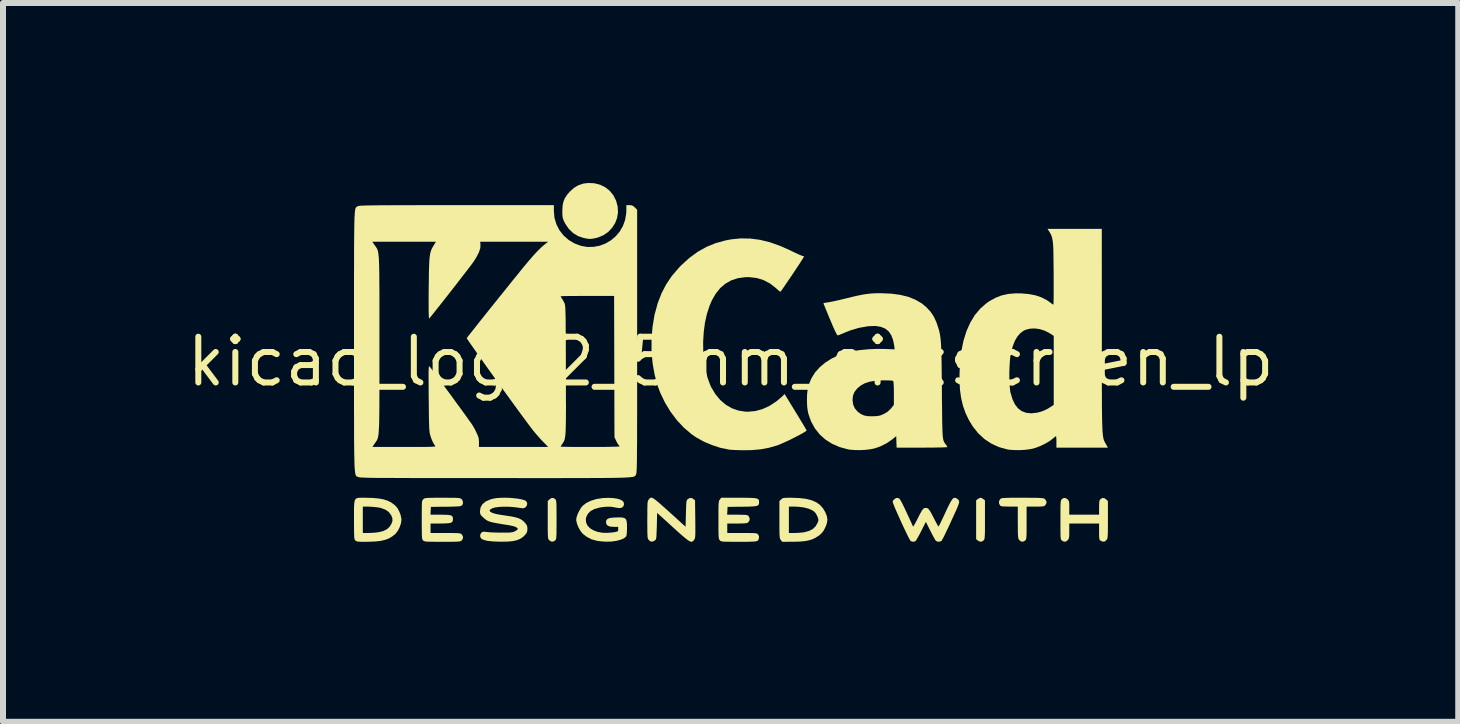
<source format=kicad_pcb>
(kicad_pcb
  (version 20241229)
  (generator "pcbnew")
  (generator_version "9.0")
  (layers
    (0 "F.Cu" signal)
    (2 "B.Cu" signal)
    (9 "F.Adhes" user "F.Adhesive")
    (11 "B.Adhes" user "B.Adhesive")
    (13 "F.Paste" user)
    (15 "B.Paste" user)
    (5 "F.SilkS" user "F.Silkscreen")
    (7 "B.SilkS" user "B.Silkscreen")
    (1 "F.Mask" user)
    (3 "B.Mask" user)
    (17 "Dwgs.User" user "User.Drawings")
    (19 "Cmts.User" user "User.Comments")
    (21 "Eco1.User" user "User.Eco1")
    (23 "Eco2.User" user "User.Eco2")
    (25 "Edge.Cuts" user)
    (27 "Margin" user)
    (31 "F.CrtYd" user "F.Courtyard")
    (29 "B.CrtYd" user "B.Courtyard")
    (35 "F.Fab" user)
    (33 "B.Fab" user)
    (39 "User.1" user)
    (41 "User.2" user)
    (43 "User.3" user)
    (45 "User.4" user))
  (footprint "kicad_logo2_5mm_silkscreen_lp"
    (layer "F.Cu")
    (at 9.127 2.977)
    (property "Reference" "kicad_logo2_5mm_silkscreen_lp" (at 0 0 0) (layer "F.SilkS") (effects (font (size 0.762 0.762) (thickness 0.1))))
    (attr through_hole)
    (fp_poly (pts (xy 4.189 2.276) (xy 4.212 2.291) (xy 4.239 2.312) (xy 4.239 2.634) (xy 4.239 2.728) (xy 4.239 2.802) (xy 4.238 2.859) (xy 4.236 2.901) (xy 4.234 2.931) (xy 4.231 2.951) (xy 4.227 2.965) (xy 4.221 2.974) (xy 4.217 2.979) (xy 4.186 3) (xy 4.15 2.999) (xy 4.119 2.981) (xy 4.092 2.96) (xy 4.092 2.312) (xy 4.119 2.291) (xy 4.145 2.275) (xy 4.166 2.269) (xy 4.189 2.276)) (stroke (width 0) (type solid)) (fill yes) (layer "F.SilkS"))
    (fp_poly (pts (xy -2.924 2.292) (xy -2.917 2.299) (xy -2.912 2.309) (xy -2.908 2.324) (xy -2.905 2.346) (xy -2.903 2.378) (xy -2.902 2.422) (xy -2.902 2.482) (xy -2.901 2.56) (xy -2.901 2.636) (xy -2.901 2.73) (xy -2.902 2.804) (xy -2.902 2.86) (xy -2.904 2.902) (xy -2.906 2.932) (xy -2.909 2.952) (xy -2.913 2.965) (xy -2.919 2.974) (xy -2.924 2.98) (xy -2.957 3) (xy -2.992 2.998) (xy -3.023 2.977) (xy -3.031 2.968) (xy -3.036 2.959) (xy -3.041 2.945) (xy -3.044 2.924) (xy -3.046 2.895) (xy -3.047 2.853) (xy -3.048 2.796) (xy -3.048 2.722) (xy -3.048 2.638) (xy -3.048 2.324) (xy -3.02 2.297) (xy -2.986 2.273) (xy -2.953 2.273) (xy -2.924 2.292)) (stroke (width 0) (type solid)) (fill yes) (layer "F.SilkS"))
    (fp_poly (pts (xy -2.273 -2.973) (xy -2.177 -2.949) (xy -2.09 -2.906) (xy -2.015 -2.847) (xy -1.954 -2.772) (xy -1.909 -2.683) (xy -1.883 -2.586) (xy -1.877 -2.489) (xy -1.892 -2.395) (xy -1.926 -2.307) (xy -1.977 -2.228) (xy -2.042 -2.16) (xy -2.121 -2.106) (xy -2.212 -2.068) (xy -2.263 -2.056) (xy -2.308 -2.048) (xy -2.342 -2.045) (xy -2.375 -2.047) (xy -2.415 -2.054) (xy -2.449 -2.061) (xy -2.542 -2.092) (xy -2.626 -2.143) (xy -2.698 -2.213) (xy -2.756 -2.298) (xy -2.77 -2.326) (xy -2.787 -2.362) (xy -2.797 -2.392) (xy -2.802 -2.425) (xy -2.805 -2.466) (xy -2.805 -2.512) (xy -2.801 -2.596) (xy -2.787 -2.665) (xy -2.762 -2.726) (xy -2.723 -2.784) (xy -2.684 -2.829) (xy -2.612 -2.895) (xy -2.537 -2.94) (xy -2.455 -2.967) (xy -2.377 -2.977) (xy -2.273 -2.973)) (stroke (width 0) (type solid)) (fill yes) (layer "F.SilkS"))
    (fp_poly (pts (xy 4.963 2.269) (xy 5.042 2.27) (xy 5.103 2.27) (xy 5.149 2.272) (xy 5.182 2.274) (xy 5.205 2.277) (xy 5.221 2.28) (xy 5.231 2.285) (xy 5.236 2.289) (xy 5.261 2.321) (xy 5.265 2.355) (xy 5.249 2.386) (xy 5.238 2.398) (xy 5.227 2.406) (xy 5.211 2.412) (xy 5.186 2.414) (xy 5.147 2.416) (xy 5.09 2.416) (xy 5.079 2.416) (xy 4.933 2.416) (xy 4.933 2.687) (xy 4.933 2.772) (xy 4.933 2.838) (xy 4.932 2.887) (xy 4.93 2.922) (xy 4.927 2.946) (xy 4.923 2.962) (xy 4.918 2.972) (xy 4.911 2.98) (xy 4.878 3) (xy 4.843 2.999) (xy 4.812 2.976) (xy 4.81 2.973) (xy 4.802 2.962) (xy 4.797 2.95) (xy 4.793 2.933) (xy 4.79 2.908) (xy 4.788 2.872) (xy 4.787 2.822) (xy 4.787 2.755) (xy 4.786 2.68) (xy 4.786 2.416) (xy 4.647 2.416) (xy 4.587 2.415) (xy 4.546 2.414) (xy 4.519 2.411) (xy 4.502 2.405) (xy 4.49 2.397) (xy 4.489 2.395) (xy 4.473 2.362) (xy 4.474 2.324) (xy 4.493 2.292) (xy 4.5 2.285) (xy 4.51 2.28) (xy 4.524 2.276) (xy 4.545 2.274) (xy 4.575 2.272) (xy 4.618 2.27) (xy 4.676 2.269) (xy 4.75 2.269) (xy 4.844 2.269) (xy 4.864 2.269) (xy 4.963 2.269)) (stroke (width 0) (type solid)) (fill yes) (layer "F.SilkS"))
    (fp_poly (pts (xy 6.229 2.275) (xy 6.26 2.297) (xy 6.288 2.324) (xy 6.288 2.634) (xy 6.288 2.726) (xy 6.287 2.798) (xy 6.287 2.853) (xy 6.285 2.893) (xy 6.283 2.922) (xy 6.28 2.942) (xy 6.275 2.956) (xy 6.269 2.967) (xy 6.265 2.973) (xy 6.234 2.998) (xy 6.198 3) (xy 6.166 2.985) (xy 6.156 2.976) (xy 6.148 2.965) (xy 6.144 2.946) (xy 6.142 2.915) (xy 6.141 2.869) (xy 6.141 2.833) (xy 6.141 2.698) (xy 5.644 2.698) (xy 5.644 2.821) (xy 5.644 2.877) (xy 5.642 2.915) (xy 5.638 2.941) (xy 5.63 2.96) (xy 5.621 2.973) (xy 5.59 2.998) (xy 5.555 3.001) (xy 5.522 2.983) (xy 5.513 2.974) (xy 5.506 2.962) (xy 5.502 2.943) (xy 5.499 2.914) (xy 5.498 2.87) (xy 5.497 2.808) (xy 5.497 2.794) (xy 5.497 2.678) (xy 5.497 2.582) (xy 5.497 2.504) (xy 5.497 2.443) (xy 5.498 2.396) (xy 5.5 2.361) (xy 5.502 2.335) (xy 5.505 2.318) (xy 5.51 2.306) (xy 5.515 2.298) (xy 5.52 2.292) (xy 5.552 2.272) (xy 5.585 2.275) (xy 5.617 2.297) (xy 5.629 2.311) (xy 5.638 2.327) (xy 5.642 2.35) (xy 5.644 2.384) (xy 5.644 2.436) (xy 5.644 2.551) (xy 6.141 2.551) (xy 6.141 2.433) (xy 6.142 2.378) (xy 6.144 2.341) (xy 6.148 2.317) (xy 6.155 2.301) (xy 6.164 2.292) (xy 6.196 2.272) (xy 6.229 2.275)) (stroke (width 0) (type solid)) (fill yes) (layer "F.SilkS"))
    (fp_poly (pts (xy 1.018 2.269) (xy 1.147 2.274) (xy 1.257 2.287) (xy 1.349 2.31) (xy 1.426 2.343) (xy 1.489 2.388) (xy 1.539 2.444) (xy 1.58 2.514) (xy 1.58 2.515) (xy 1.605 2.577) (xy 1.613 2.633) (xy 1.606 2.688) (xy 1.584 2.751) (xy 1.579 2.761) (xy 1.55 2.817) (xy 1.517 2.86) (xy 1.475 2.897) (xy 1.417 2.934) (xy 1.414 2.936) (xy 1.364 2.96) (xy 1.307 2.978) (xy 1.24 2.991) (xy 1.159 2.999) (xy 1.06 3.002) (xy 1.025 3.002) (xy 0.86 3.003) (xy 0.836 2.973) (xy 0.829 2.963) (xy 0.824 2.952) (xy 0.82 2.936) (xy 0.817 2.913) (xy 0.815 2.88) (xy 0.814 2.856) (xy 0.971 2.856) (xy 1.065 2.856) (xy 1.12 2.854) (xy 1.176 2.85) (xy 1.222 2.844) (xy 1.225 2.844) (xy 1.307 2.822) (xy 1.371 2.789) (xy 1.418 2.743) (xy 1.451 2.683) (xy 1.457 2.667) (xy 1.463 2.642) (xy 1.46 2.618) (xy 1.448 2.585) (xy 1.441 2.569) (xy 1.418 2.527) (xy 1.39 2.497) (xy 1.359 2.477) (xy 1.297 2.45) (xy 1.218 2.43) (xy 1.125 2.419) (xy 1.058 2.416) (xy 0.971 2.416) (xy 0.971 2.856) (xy 0.814 2.856) (xy 0.814 2.835) (xy 0.813 2.774) (xy 0.813 2.696) (xy 0.813 2.634) (xy 0.813 2.324) (xy 0.841 2.297) (xy 0.853 2.286) (xy 0.866 2.278) (xy 0.885 2.273) (xy 0.913 2.27) (xy 0.955 2.269) (xy 1.015 2.269) (xy 1.018 2.269)) (stroke (width 0) (type solid)) (fill yes) (layer "F.SilkS"))
    (fp_poly (pts (xy -6.121 2.269) (xy -6.082 2.269) (xy -5.966 2.272) (xy -5.869 2.281) (xy -5.788 2.295) (xy -5.719 2.317) (xy -5.658 2.347) (xy -5.604 2.387) (xy -5.584 2.404) (xy -5.552 2.443) (xy -5.523 2.497) (xy -5.5 2.557) (xy -5.488 2.615) (xy -5.486 2.636) (xy -5.494 2.695) (xy -5.516 2.759) (xy -5.547 2.82) (xy -5.584 2.868) (xy -5.59 2.874) (xy -5.641 2.915) (xy -5.696 2.947) (xy -5.76 2.971) (xy -5.834 2.988) (xy -5.924 2.998) (xy -6.031 3.002) (xy -6.08 3.003) (xy -6.142 3.003) (xy -6.186 3.001) (xy -6.215 2.999) (xy -6.234 2.994) (xy -6.247 2.987) (xy -6.254 2.98) (xy -6.261 2.973) (xy -6.266 2.963) (xy -6.27 2.948) (xy -6.273 2.926) (xy -6.274 2.894) (xy -6.276 2.85) (xy -6.276 2.79) (xy -6.277 2.712) (xy -6.277 2.636) (xy -6.277 2.535) (xy -6.277 2.454) (xy -6.276 2.416) (xy -6.13 2.416) (xy -6.13 2.856) (xy -6.037 2.856) (xy -5.981 2.854) (xy -5.922 2.85) (xy -5.873 2.844) (xy -5.872 2.844) (xy -5.792 2.825) (xy -5.731 2.795) (xy -5.684 2.753) (xy -5.655 2.707) (xy -5.636 2.656) (xy -5.638 2.608) (xy -5.659 2.557) (xy -5.7 2.504) (xy -5.758 2.465) (xy -5.833 2.438) (xy -5.883 2.429) (xy -5.939 2.423) (xy -6 2.418) (xy -6.051 2.416) (xy -6.054 2.416) (xy -6.13 2.416) (xy -6.276 2.416) (xy -6.275 2.392) (xy -6.271 2.345) (xy -6.263 2.312) (xy -6.25 2.29) (xy -6.23 2.277) (xy -6.203 2.27) (xy -6.167 2.269) (xy -6.121 2.269)) (stroke (width 0) (type solid)) (fill yes) (layer "F.SilkS"))
    (fp_poly (pts (xy -1.3 2.273) (xy -1.277 2.287) (xy -1.246 2.31) (xy -1.206 2.342) (xy -1.156 2.386) (xy -1.094 2.441) (xy -1.018 2.509) (xy -0.931 2.588) (xy -0.751 2.752) (xy -0.745 2.532) (xy -0.743 2.456) (xy -0.741 2.4) (xy -0.739 2.36) (xy -0.736 2.332) (xy -0.731 2.314) (xy -0.725 2.303) (xy -0.717 2.294) (xy -0.713 2.291) (xy -0.678 2.272) (xy -0.645 2.274) (xy -0.619 2.291) (xy -0.593 2.312) (xy -0.589 2.627) (xy -0.588 2.72) (xy -0.588 2.793) (xy -0.588 2.848) (xy -0.589 2.889) (xy -0.591 2.919) (xy -0.594 2.939) (xy -0.598 2.953) (xy -0.604 2.964) (xy -0.61 2.972) (xy -0.623 2.988) (xy -0.637 2.999) (xy -0.652 3.003) (xy -0.671 2.999) (xy -0.695 2.987) (xy -0.727 2.965) (xy -0.768 2.932) (xy -0.821 2.887) (xy -0.886 2.829) (xy -0.96 2.762) (xy -1.225 2.521) (xy -1.23 2.741) (xy -1.233 2.816) (xy -1.235 2.872) (xy -1.237 2.913) (xy -1.24 2.94) (xy -1.244 2.958) (xy -1.25 2.969) (xy -1.259 2.978) (xy -1.263 2.981) (xy -1.3 3) (xy -1.335 2.997) (xy -1.365 2.973) (xy -1.372 2.963) (xy -1.378 2.952) (xy -1.382 2.936) (xy -1.385 2.913) (xy -1.386 2.88) (xy -1.388 2.835) (xy -1.388 2.774) (xy -1.389 2.694) (xy -1.389 2.636) (xy -1.388 2.544) (xy -1.388 2.473) (xy -1.387 2.418) (xy -1.386 2.378) (xy -1.384 2.349) (xy -1.38 2.329) (xy -1.376 2.315) (xy -1.37 2.305) (xy -1.365 2.299) (xy -1.354 2.285) (xy -1.343 2.274) (xy -1.332 2.268) (xy -1.318 2.267) (xy -1.3 2.273)) (stroke (width 0) (type solid)) (fill yes) (layer "F.SilkS"))
    (fp_poly (pts (xy -1.95 2.275) (xy -1.882 2.286) (xy -1.829 2.304) (xy -1.795 2.327) (xy -1.785 2.341) (xy -1.776 2.372) (xy -1.782 2.4) (xy -1.802 2.427) (xy -1.834 2.44) (xy -1.879 2.439) (xy -1.914 2.432) (xy -1.992 2.419) (xy -2.072 2.418) (xy -2.162 2.428) (xy -2.186 2.433) (xy -2.269 2.456) (xy -2.334 2.491) (xy -2.38 2.537) (xy -2.407 2.592) (xy -2.413 2.621) (xy -2.409 2.68) (xy -2.386 2.732) (xy -2.345 2.776) (xy -2.288 2.811) (xy -2.219 2.837) (xy -2.138 2.852) (xy -2.048 2.854) (xy -1.951 2.845) (xy -1.945 2.844) (xy -1.907 2.836) (xy -1.885 2.83) (xy -1.876 2.819) (xy -1.874 2.802) (xy -1.874 2.793) (xy -1.874 2.754) (xy -1.942 2.754) (xy -2.003 2.75) (xy -2.044 2.737) (xy -2.068 2.714) (xy -2.077 2.679) (xy -2.077 2.674) (xy -2.072 2.645) (xy -2.054 2.623) (xy -2.022 2.609) (xy -1.972 2.601) (xy -1.923 2.598) (xy -1.852 2.596) (xy -1.801 2.599) (xy -1.766 2.609) (xy -1.744 2.628) (xy -1.733 2.66) (xy -1.728 2.708) (xy -1.727 2.77) (xy -1.729 2.84) (xy -1.733 2.887) (xy -1.74 2.912) (xy -1.741 2.914) (xy -1.78 2.946) (xy -1.837 2.97) (xy -1.909 2.988) (xy -1.991 2.999) (xy -2.081 3.001) (xy -2.175 2.994) (xy -2.23 2.986) (xy -2.316 2.962) (xy -2.396 2.922) (xy -2.463 2.87) (xy -2.473 2.86) (xy -2.506 2.816) (xy -2.536 2.762) (xy -2.559 2.706) (xy -2.572 2.654) (xy -2.574 2.635) (xy -2.567 2.593) (xy -2.55 2.542) (xy -2.524 2.488) (xy -2.495 2.439) (xy -2.469 2.406) (xy -2.408 2.357) (xy -2.329 2.319) (xy -2.235 2.29) (xy -2.129 2.274) (xy -2.032 2.27) (xy -1.95 2.275)) (stroke (width 0) (type solid)) (fill yes) (layer "F.SilkS"))
    (fp_poly (pts (xy 0.23 2.269) (xy 0.307 2.27) (xy 0.365 2.272) (xy 0.408 2.276) (xy 0.438 2.282) (xy 0.457 2.291) (xy 0.468 2.303) (xy 0.473 2.319) (xy 0.474 2.339) (xy 0.474 2.341) (xy 0.473 2.364) (xy 0.468 2.382) (xy 0.457 2.395) (xy 0.437 2.404) (xy 0.406 2.41) (xy 0.36 2.414) (xy 0.298 2.417) (xy 0.216 2.418) (xy 0.191 2.418) (xy -0.051 2.421) (xy -0.054 2.486) (xy -0.058 2.551) (xy 0.111 2.551) (xy 0.176 2.552) (xy 0.223 2.553) (xy 0.255 2.555) (xy 0.276 2.559) (xy 0.289 2.565) (xy 0.299 2.573) (xy 0.299 2.573) (xy 0.316 2.607) (xy 0.316 2.643) (xy 0.297 2.674) (xy 0.294 2.678) (xy 0.281 2.686) (xy 0.263 2.692) (xy 0.237 2.695) (xy 0.197 2.697) (xy 0.142 2.698) (xy 0.106 2.698) (xy -0.056 2.698) (xy -0.056 2.856) (xy 0.19 2.856) (xy 0.272 2.856) (xy 0.333 2.857) (xy 0.379 2.858) (xy 0.41 2.86) (xy 0.431 2.864) (xy 0.445 2.868) (xy 0.453 2.874) (xy 0.455 2.877) (xy 0.472 2.908) (xy 0.473 2.944) (xy 0.46 2.975) (xy 0.449 2.985) (xy 0.438 2.991) (xy 0.421 2.995) (xy 0.396 2.998) (xy 0.359 3) (xy 0.308 3.002) (xy 0.24 3.003) (xy 0.153 3.003) (xy 0.133 3.003) (xy 0.045 3.003) (xy -0.024 3.002) (xy -0.075 3.002) (xy -0.113 3) (xy -0.139 2.998) (xy -0.156 2.994) (xy -0.167 2.989) (xy -0.176 2.983) (xy -0.18 2.978) (xy -0.187 2.97) (xy -0.192 2.96) (xy -0.196 2.945) (xy -0.199 2.923) (xy -0.201 2.89) (xy -0.202 2.845) (xy -0.203 2.785) (xy -0.203 2.707) (xy -0.203 2.641) (xy -0.203 2.549) (xy -0.203 2.476) (xy -0.202 2.421) (xy -0.201 2.38) (xy -0.198 2.35) (xy -0.195 2.33) (xy -0.191 2.316) (xy -0.185 2.305) (xy -0.18 2.299) (xy -0.156 2.269) (xy 0.134 2.269) (xy 0.23 2.269)) (stroke (width 0) (type solid)) (fill yes) (layer "F.SilkS"))
    (fp_poly (pts (xy -4.713 2.269) (xy -4.643 2.27) (xy -4.591 2.27) (xy -4.553 2.272) (xy -4.526 2.274) (xy -4.508 2.278) (xy -4.496 2.283) (xy -4.487 2.289) (xy -4.484 2.292) (xy -4.464 2.323) (xy -4.46 2.359) (xy -4.473 2.391) (xy -4.48 2.397) (xy -4.489 2.403) (xy -4.505 2.408) (xy -4.529 2.412) (xy -4.566 2.414) (xy -4.617 2.416) (xy -4.685 2.418) (xy -4.748 2.418) (xy -4.995 2.421) (xy -4.999 2.486) (xy -5.002 2.551) (xy -4.834 2.551) (xy -4.761 2.552) (xy -4.708 2.555) (xy -4.671 2.56) (xy -4.647 2.57) (xy -4.634 2.586) (xy -4.629 2.607) (xy -4.628 2.628) (xy -4.631 2.653) (xy -4.64 2.671) (xy -4.659 2.684) (xy -4.691 2.692) (xy -4.738 2.696) (xy -4.804 2.698) (xy -4.84 2.698) (xy -5.001 2.698) (xy -5.001 2.856) (xy -4.753 2.856) (xy -4.671 2.856) (xy -4.609 2.857) (xy -4.564 2.858) (xy -4.532 2.86) (xy -4.511 2.863) (xy -4.496 2.868) (xy -4.487 2.874) (xy -4.482 2.879) (xy -4.465 2.906) (xy -4.459 2.929) (xy -4.467 2.959) (xy -4.482 2.98) (xy -4.49 2.987) (xy -4.5 2.992) (xy -4.515 2.996) (xy -4.538 2.999) (xy -4.571 3.001) (xy -4.618 3.002) (xy -4.68 3.003) (xy -4.761 3.003) (xy -4.803 3.003) (xy -4.894 3.003) (xy -4.964 3.002) (xy -5.017 3.002) (xy -5.056 3) (xy -5.083 2.998) (xy -5.101 2.994) (xy -5.113 2.99) (xy -5.122 2.983) (xy -5.125 2.98) (xy -5.132 2.973) (xy -5.137 2.963) (xy -5.141 2.948) (xy -5.144 2.926) (xy -5.146 2.894) (xy -5.147 2.849) (xy -5.147 2.789) (xy -5.148 2.711) (xy -5.148 2.638) (xy -5.148 2.545) (xy -5.147 2.471) (xy -5.147 2.415) (xy -5.146 2.374) (xy -5.144 2.345) (xy -5.141 2.325) (xy -5.136 2.312) (xy -5.131 2.303) (xy -5.123 2.295) (xy -5.122 2.294) (xy -5.113 2.286) (xy -5.103 2.28) (xy -5.089 2.276) (xy -5.067 2.273) (xy -5.036 2.271) (xy -4.993 2.27) (xy -4.934 2.269) (xy -4.857 2.269) (xy -4.802 2.269) (xy -4.713 2.269)) (stroke (width 0) (type solid)) (fill yes) (layer "F.SilkS"))
    (fp_poly (pts (xy 3.745 2.271) (xy 3.764 2.278) (xy 3.765 2.278) (xy 3.792 2.299) (xy 3.806 2.32) (xy 3.809 2.329) (xy 3.809 2.342) (xy 3.805 2.361) (xy 3.796 2.387) (xy 3.782 2.424) (xy 3.761 2.473) (xy 3.732 2.536) (xy 3.695 2.617) (xy 3.675 2.661) (xy 3.639 2.74) (xy 3.604 2.812) (xy 3.574 2.876) (xy 3.548 2.928) (xy 3.528 2.965) (xy 3.516 2.986) (xy 3.513 2.989) (xy 3.482 3.001) (xy 3.447 3) (xy 3.419 2.984) (xy 3.418 2.983) (xy 3.407 2.966) (xy 3.388 2.933) (xy 3.364 2.888) (xy 3.337 2.836) (xy 3.327 2.817) (xy 3.254 2.67) (xy 3.174 2.829) (xy 3.146 2.884) (xy 3.119 2.932) (xy 3.097 2.969) (xy 3.081 2.991) (xy 3.076 2.996) (xy 3.034 3.002) (xy 3 2.989) (xy 2.99 2.974) (xy 2.972 2.943) (xy 2.949 2.897) (xy 2.921 2.839) (xy 2.89 2.774) (xy 2.857 2.704) (xy 2.824 2.631) (xy 2.792 2.56) (xy 2.763 2.494) (xy 2.737 2.435) (xy 2.718 2.386) (xy 2.705 2.352) (xy 2.7 2.334) (xy 2.7 2.334) (xy 2.711 2.311) (xy 2.733 2.289) (xy 2.735 2.288) (xy 2.762 2.272) (xy 2.787 2.273) (xy 2.796 2.275) (xy 2.808 2.282) (xy 2.82 2.294) (xy 2.834 2.315) (xy 2.852 2.347) (xy 2.875 2.393) (xy 2.905 2.455) (xy 2.932 2.512) (xy 2.962 2.578) (xy 2.99 2.638) (xy 3.013 2.688) (xy 3.03 2.725) (xy 3.039 2.746) (xy 3.041 2.749) (xy 3.047 2.743) (xy 3.061 2.721) (xy 3.081 2.685) (xy 3.106 2.638) (xy 3.115 2.619) (xy 3.148 2.554) (xy 3.174 2.507) (xy 3.194 2.474) (xy 3.21 2.454) (xy 3.226 2.443) (xy 3.242 2.439) (xy 3.252 2.438) (xy 3.271 2.44) (xy 3.287 2.447) (xy 3.303 2.462) (xy 3.321 2.487) (xy 3.344 2.526) (xy 3.373 2.581) (xy 3.389 2.613) (xy 3.415 2.663) (xy 3.437 2.705) (xy 3.454 2.734) (xy 3.464 2.748) (xy 3.466 2.749) (xy 3.472 2.738) (xy 3.487 2.709) (xy 3.508 2.666) (xy 3.534 2.612) (xy 3.564 2.548) (xy 3.578 2.517) (xy 3.616 2.436) (xy 3.647 2.374) (xy 3.672 2.328) (xy 3.692 2.297) (xy 3.71 2.278) (xy 3.727 2.271) (xy 3.745 2.271)) (stroke (width 0) (type solid)) (fill yes) (layer "F.SilkS"))
    (fp_poly (pts (xy -3.692 2.27) (xy -3.617 2.276) (xy -3.547 2.284) (xy -3.487 2.295) (xy -3.44 2.308) (xy -3.41 2.323) (xy -3.406 2.327) (xy -3.39 2.362) (xy -3.395 2.397) (xy -3.419 2.428) (xy -3.421 2.429) (xy -3.435 2.438) (xy -3.45 2.443) (xy -3.471 2.443) (xy -3.503 2.44) (xy -3.552 2.432) (xy -3.556 2.432) (xy -3.629 2.423) (xy -3.707 2.418) (xy -3.786 2.418) (xy -3.859 2.422) (xy -3.922 2.43) (xy -3.968 2.443) (xy -3.971 2.444) (xy -4.005 2.463) (xy -4.017 2.482) (xy -4.008 2.5) (xy -3.978 2.518) (xy -3.929 2.535) (xy -3.861 2.549) (xy -3.816 2.556) (xy -3.721 2.57) (xy -3.647 2.582) (xy -3.588 2.594) (xy -3.542 2.608) (xy -3.506 2.623) (xy -3.476 2.641) (xy -3.449 2.664) (xy -3.428 2.686) (xy -3.403 2.717) (xy -3.391 2.743) (xy -3.387 2.776) (xy -3.387 2.788) (xy -3.39 2.828) (xy -3.401 2.857) (xy -3.421 2.883) (xy -3.462 2.924) (xy -3.508 2.954) (xy -3.562 2.976) (xy -3.627 2.991) (xy -3.707 2.999) (xy -3.805 3.001) (xy -3.821 3.001) (xy -3.887 3) (xy -3.952 2.997) (xy -4.009 2.992) (xy -4.052 2.987) (xy -4.055 2.987) (xy -4.098 2.976) (xy -4.134 2.964) (xy -4.154 2.952) (xy -4.173 2.922) (xy -4.174 2.886) (xy -4.158 2.854) (xy -4.154 2.851) (xy -4.139 2.84) (xy -4.12 2.835) (xy -4.091 2.836) (xy -4.056 2.84) (xy -4.016 2.844) (xy -3.96 2.847) (xy -3.895 2.849) (xy -3.828 2.85) (xy -3.81 2.85) (xy -3.742 2.85) (xy -3.692 2.849) (xy -3.657 2.846) (xy -3.63 2.841) (xy -3.609 2.834) (xy -3.596 2.828) (xy -3.568 2.811) (xy -3.55 2.796) (xy -3.547 2.792) (xy -3.553 2.774) (xy -3.579 2.757) (xy -3.624 2.741) (xy -3.687 2.728) (xy -3.705 2.725) (xy -3.801 2.71) (xy -3.878 2.697) (xy -3.938 2.686) (xy -3.984 2.676) (xy -4.021 2.665) (xy -4.049 2.653) (xy -4.073 2.639) (xy -4.096 2.622) (xy -4.119 2.601) (xy -4.127 2.594) (xy -4.155 2.567) (xy -4.17 2.545) (xy -4.176 2.52) (xy -4.177 2.489) (xy -4.167 2.428) (xy -4.136 2.376) (xy -4.085 2.333) (xy -4.013 2.3) (xy -3.962 2.285) (xy -3.907 2.275) (xy -3.841 2.27) (xy -3.768 2.268) (xy -3.692 2.27)) (stroke (width 0) (type solid)) (fill yes) (layer "F.SilkS"))
    (fp_poly (pts (xy 0.328 -2.051) (xy 0.489 -2.03) (xy 0.653 -1.99) (xy 0.822 -1.93) (xy 1 -1.851) (xy 1.011 -1.845) (xy 1.069 -1.817) (xy 1.121 -1.793) (xy 1.162 -1.775) (xy 1.19 -1.764) (xy 1.2 -1.761) (xy 1.219 -1.756) (xy 1.224 -1.752) (xy 1.218 -1.741) (xy 1.202 -1.715) (xy 1.177 -1.676) (xy 1.145 -1.626) (xy 1.107 -1.569) (xy 1.066 -1.507) (xy 1.023 -1.442) (xy 0.98 -1.379) (xy 0.939 -1.319) (xy 0.902 -1.265) (xy 0.871 -1.22) (xy 0.847 -1.186) (xy 0.832 -1.167) (xy 0.83 -1.165) (xy 0.82 -1.17) (xy 0.798 -1.187) (xy 0.767 -1.214) (xy 0.752 -1.228) (xy 0.655 -1.303) (xy 0.548 -1.359) (xy 0.433 -1.394) (xy 0.31 -1.408) (xy 0.241 -1.407) (xy 0.119 -1.39) (xy 0.01 -1.354) (xy -0.087 -1.299) (xy -0.174 -1.225) (xy -0.249 -1.131) (xy -0.314 -1.018) (xy -0.351 -0.931) (xy -0.395 -0.796) (xy -0.428 -0.648) (xy -0.448 -0.493) (xy -0.458 -0.333) (xy -0.456 -0.173) (xy -0.443 -0.016) (xy -0.419 0.133) (xy -0.384 0.271) (xy -0.338 0.395) (xy -0.322 0.429) (xy -0.253 0.543) (xy -0.173 0.64) (xy -0.081 0.718) (xy 0.02 0.777) (xy 0.13 0.816) (xy 0.247 0.834) (xy 0.289 0.835) (xy 0.41 0.824) (xy 0.531 0.791) (xy 0.649 0.737) (xy 0.762 0.663) (xy 0.854 0.585) (xy 0.9 0.54) (xy 1.081 0.837) (xy 1.127 0.911) (xy 1.168 0.98) (xy 1.204 1.039) (xy 1.233 1.088) (xy 1.254 1.124) (xy 1.265 1.144) (xy 1.266 1.147) (xy 1.258 1.157) (xy 1.233 1.174) (xy 1.193 1.197) (xy 1.142 1.225) (xy 1.084 1.255) (xy 1.021 1.287) (xy 0.958 1.318) (xy 0.896 1.346) (xy 0.839 1.371) (xy 0.791 1.391) (xy 0.768 1.399) (xy 0.634 1.437) (xy 0.496 1.462) (xy 0.349 1.475) (xy 0.222 1.477) (xy 0.154 1.476) (xy 0.088 1.474) (xy 0.031 1.471) (xy -0.013 1.468) (xy -0.027 1.466) (xy -0.166 1.438) (xy -0.307 1.392) (xy -0.445 1.334) (xy -0.572 1.264) (xy -0.649 1.211) (xy -0.777 1.103) (xy -0.895 0.977) (xy -1.002 0.835) (xy -1.095 0.681) (xy -1.173 0.518) (xy -1.217 0.401) (xy -1.267 0.217) (xy -1.301 0.023) (xy -1.318 -0.179) (xy -1.318 -0.382) (xy -1.301 -0.584) (xy -1.268 -0.781) (xy -1.217 -0.967) (xy -1.214 -0.978) (xy -1.151 -1.14) (xy -1.074 -1.288) (xy -0.981 -1.426) (xy -0.868 -1.558) (xy -0.825 -1.604) (xy -0.688 -1.728) (xy -0.549 -1.83) (xy -0.403 -1.912) (xy -0.249 -1.975) (xy -0.084 -2.02) (xy 0.011 -2.038) (xy 0.17 -2.054) (xy 0.328 -2.051)) (stroke (width 0) (type solid)) (fill yes) (layer "F.SilkS"))
    (fp_poly (pts (xy 6.187 -0.528) (xy 6.187 -0.293) (xy 6.187 -0.08) (xy 6.187 0.112) (xy 6.187 0.285) (xy 6.187 0.441) (xy 6.188 0.579) (xy 6.188 0.701) (xy 6.189 0.808) (xy 6.19 0.901) (xy 6.192 0.982) (xy 6.194 1.051) (xy 6.196 1.11) (xy 6.198 1.159) (xy 6.202 1.2) (xy 6.205 1.234) (xy 6.21 1.262) (xy 6.214 1.285) (xy 6.22 1.304) (xy 6.226 1.321) (xy 6.233 1.335) (xy 6.24 1.349) (xy 6.249 1.364) (xy 6.254 1.373) (xy 6.288 1.434) (xy 5.43 1.434) (xy 5.43 1.338) (xy 5.429 1.294) (xy 5.427 1.261) (xy 5.424 1.243) (xy 5.423 1.242) (xy 5.412 1.249) (xy 5.389 1.267) (xy 5.366 1.286) (xy 5.312 1.327) (xy 5.242 1.368) (xy 5.165 1.405) (xy 5.088 1.435) (xy 5.057 1.445) (xy 4.989 1.46) (xy 4.906 1.47) (xy 4.816 1.475) (xy 4.728 1.474) (xy 4.649 1.469) (xy 4.612 1.463) (xy 4.473 1.425) (xy 4.346 1.367) (xy 4.23 1.29) (xy 4.127 1.195) (xy 4.036 1.081) (xy 3.969 0.97) (xy 3.914 0.854) (xy 3.872 0.734) (xy 3.842 0.608) (xy 3.823 0.472) (xy 3.815 0.32) (xy 3.814 0.243) (xy 3.816 0.186) (xy 4.645 0.186) (xy 4.645 0.279) (xy 4.648 0.367) (xy 4.654 0.444) (xy 4.662 0.505) (xy 4.665 0.517) (xy 4.697 0.625) (xy 4.738 0.712) (xy 4.79 0.779) (xy 4.853 0.826) (xy 4.926 0.853) (xy 5.011 0.862) (xy 5.107 0.851) (xy 5.17 0.835) (xy 5.219 0.817) (xy 5.274 0.791) (xy 5.314 0.767) (xy 5.385 0.721) (xy 5.385 -0.429) (xy 5.317 -0.473) (xy 5.239 -0.514) (xy 5.155 -0.541) (xy 5.07 -0.553) (xy 4.988 -0.549) (xy 4.915 -0.53) (xy 4.883 -0.515) (xy 4.826 -0.472) (xy 4.777 -0.415) (xy 4.735 -0.342) (xy 4.701 -0.252) (xy 4.672 -0.141) (xy 4.671 -0.135) (xy 4.66 -0.073) (xy 4.653 0.005) (xy 4.648 0.093) (xy 4.645 0.186) (xy 3.816 0.186) (xy 3.822 0.03) (xy 3.844 -0.166) (xy 3.88 -0.345) (xy 3.93 -0.506) (xy 3.994 -0.65) (xy 4.071 -0.777) (xy 4.163 -0.886) (xy 4.268 -0.977) (xy 4.314 -1.008) (xy 4.415 -1.064) (xy 4.518 -1.104) (xy 4.628 -1.128) (xy 4.749 -1.138) (xy 4.842 -1.137) (xy 4.971 -1.126) (xy 5.084 -1.104) (xy 5.183 -1.07) (xy 5.271 -1.024) (xy 5.32 -0.99) (xy 5.349 -0.968) (xy 5.371 -0.953) (xy 5.379 -0.948) (xy 5.381 -0.959) (xy 5.382 -0.99) (xy 5.383 -1.037) (xy 5.384 -1.1) (xy 5.384 -1.173) (xy 5.384 -1.256) (xy 5.384 -1.344) (xy 5.384 -1.436) (xy 5.383 -1.528) (xy 5.382 -1.618) (xy 5.381 -1.704) (xy 5.38 -1.781) (xy 5.379 -1.848) (xy 5.377 -1.902) (xy 5.375 -1.94) (xy 5.375 -1.947) (xy 5.367 -2.018) (xy 5.356 -2.073) (xy 5.338 -2.12) (xy 5.312 -2.166) (xy 5.305 -2.176) (xy 5.281 -2.213) (xy 6.186 -2.213) (xy 6.187 -0.528)) (stroke (width 0) (type solid)) (fill yes) (layer "F.SilkS"))
    (fp_poly (pts (xy 2.674 -1.133) (xy 2.825 -1.113) (xy 2.961 -1.08) (xy 3.08 -1.032) (xy 3.185 -0.971) (xy 3.262 -0.907) (xy 3.331 -0.833) (xy 3.385 -0.753) (xy 3.428 -0.661) (xy 3.443 -0.618) (xy 3.456 -0.579) (xy 3.467 -0.543) (xy 3.477 -0.508) (xy 3.485 -0.472) (xy 3.492 -0.433) (xy 3.498 -0.39) (xy 3.503 -0.34) (xy 3.507 -0.283) (xy 3.51 -0.215) (xy 3.513 -0.136) (xy 3.515 -0.043) (xy 3.517 0.066) (xy 3.518 0.192) (xy 3.52 0.337) (xy 3.521 0.48) (xy 3.522 0.636) (xy 3.524 0.771) (xy 3.525 0.887) (xy 3.526 0.986) (xy 3.528 1.068) (xy 3.53 1.136) (xy 3.532 1.192) (xy 3.535 1.236) (xy 3.539 1.271) (xy 3.544 1.299) (xy 3.55 1.321) (xy 3.557 1.338) (xy 3.565 1.352) (xy 3.574 1.366) (xy 3.585 1.38) (xy 3.59 1.385) (xy 3.605 1.408) (xy 3.612 1.423) (xy 3.612 1.424) (xy 3.602 1.426) (xy 3.571 1.428) (xy 3.522 1.43) (xy 3.458 1.431) (xy 3.382 1.433) (xy 3.295 1.433) (xy 3.2 1.434) (xy 3.19 1.434) (xy 2.767 1.434) (xy 2.763 1.338) (xy 2.76 1.242) (xy 2.698 1.293) (xy 2.601 1.36) (xy 2.491 1.415) (xy 2.404 1.445) (xy 2.335 1.46) (xy 2.252 1.47) (xy 2.162 1.475) (xy 2.074 1.474) (xy 1.995 1.468) (xy 1.959 1.463) (xy 1.819 1.425) (xy 1.692 1.37) (xy 1.58 1.299) (xy 1.484 1.213) (xy 1.404 1.112) (xy 1.341 0.997) (xy 1.296 0.871) (xy 1.284 0.814) (xy 1.276 0.752) (xy 1.273 0.677) (xy 1.272 0.643) (xy 1.272 0.64) (xy 2.032 0.64) (xy 2.042 0.715) (xy 2.07 0.779) (xy 2.118 0.835) (xy 2.123 0.839) (xy 2.172 0.874) (xy 2.223 0.897) (xy 2.284 0.909) (xy 2.359 0.911) (xy 2.377 0.911) (xy 2.431 0.908) (xy 2.471 0.903) (xy 2.506 0.893) (xy 2.545 0.876) (xy 2.556 0.871) (xy 2.616 0.835) (xy 2.663 0.792) (xy 2.676 0.777) (xy 2.721 0.72) (xy 2.721 0.525) (xy 2.72 0.446) (xy 2.718 0.388) (xy 2.715 0.349) (xy 2.711 0.327) (xy 2.707 0.32) (xy 2.691 0.317) (xy 2.657 0.314) (xy 2.61 0.313) (xy 2.555 0.312) (xy 2.546 0.312) (xy 2.425 0.317) (xy 2.323 0.333) (xy 2.236 0.361) (xy 2.164 0.401) (xy 2.109 0.448) (xy 2.064 0.506) (xy 2.039 0.569) (xy 2.032 0.64) (xy 1.272 0.64) (xy 1.274 0.55) (xy 1.283 0.471) (xy 1.299 0.4) (xy 1.324 0.329) (xy 1.348 0.276) (xy 1.407 0.181) (xy 1.485 0.093) (xy 1.58 0.014) (xy 1.69 -0.055) (xy 1.813 -0.111) (xy 1.945 -0.154) (xy 2.009 -0.169) (xy 2.146 -0.191) (xy 2.294 -0.206) (xy 2.446 -0.212) (xy 2.572 -0.211) (xy 2.734 -0.204) (xy 2.727 -0.263) (xy 2.707 -0.362) (xy 2.676 -0.443) (xy 2.632 -0.506) (xy 2.575 -0.551) (xy 2.503 -0.58) (xy 2.416 -0.594) (xy 2.313 -0.591) (xy 2.275 -0.587) (xy 2.134 -0.562) (xy 1.997 -0.521) (xy 1.902 -0.483) (xy 1.857 -0.464) (xy 1.819 -0.448) (xy 1.792 -0.439) (xy 1.785 -0.437) (xy 1.775 -0.446) (xy 1.758 -0.475) (xy 1.734 -0.524) (xy 1.703 -0.594) (xy 1.665 -0.684) (xy 1.658 -0.7) (xy 1.628 -0.772) (xy 1.601 -0.838) (xy 1.578 -0.893) (xy 1.561 -0.936) (xy 1.55 -0.963) (xy 1.547 -0.972) (xy 1.557 -0.977) (xy 1.583 -0.982) (xy 1.611 -0.986) (xy 1.642 -0.991) (xy 1.689 -1) (xy 1.751 -1.013) (xy 1.821 -1.029) (xy 1.896 -1.047) (xy 1.925 -1.054) (xy 2.03 -1.08) (xy 2.117 -1.1) (xy 2.192 -1.115) (xy 2.258 -1.126) (xy 2.319 -1.133) (xy 2.381 -1.138) (xy 2.446 -1.14) (xy 2.504 -1.14) (xy 2.674 -1.133)) (stroke (width 0) (type solid)) (fill yes) (layer "F.SilkS"))
    (fp_poly (pts (xy -2.946 -2.511) (xy -2.936 -2.397) (xy -2.904 -2.289) (xy -2.853 -2.19) (xy -2.784 -2.102) (xy -2.699 -2.027) (xy -2.602 -1.97) (xy -2.496 -1.93) (xy -2.389 -1.911) (xy -2.283 -1.913) (xy -2.181 -1.932) (xy -2.085 -1.969) (xy -1.996 -2.021) (xy -1.917 -2.087) (xy -1.849 -2.167) (xy -1.796 -2.258) (xy -1.759 -2.359) (xy -1.74 -2.47) (xy -1.738 -2.52) (xy -1.738 -2.608) (xy -1.687 -2.608) (xy -1.65 -2.605) (xy -1.623 -2.593) (xy -1.596 -2.569) (xy -1.558 -2.531) (xy -1.558 -0.339) (xy -1.558 -0.077) (xy -1.558 0.163) (xy -1.558 0.383) (xy -1.558 0.583) (xy -1.558 0.764) (xy -1.558 0.928) (xy -1.559 1.074) (xy -1.559 1.205) (xy -1.559 1.32) (xy -1.56 1.421) (xy -1.561 1.509) (xy -1.561 1.585) (xy -1.562 1.65) (xy -1.563 1.704) (xy -1.564 1.749) (xy -1.565 1.786) (xy -1.567 1.815) (xy -1.568 1.837) (xy -1.57 1.854) (xy -1.572 1.866) (xy -1.574 1.874) (xy -1.576 1.88) (xy -1.577 1.882) (xy -1.581 1.889) (xy -1.585 1.895) (xy -1.589 1.901) (xy -1.594 1.906) (xy -1.601 1.911) (xy -1.611 1.916) (xy -1.625 1.92) (xy -1.645 1.923) (xy -1.669 1.926) (xy -1.701 1.929) (xy -1.741 1.931) (xy -1.789 1.934) (xy -1.846 1.935) (xy -1.914 1.937) (xy -1.994 1.938) (xy -2.085 1.939) (xy -2.19 1.94) (xy -2.309 1.94) (xy -2.443 1.941) (xy -2.593 1.941) (xy -2.76 1.941) (xy -2.945 1.942) (xy -3.149 1.942) (xy -3.372 1.942) (xy -3.616 1.941) (xy -3.881 1.941) (xy -3.92 1.941) (xy -4.187 1.941) (xy -4.432 1.941) (xy -4.657 1.941) (xy -4.861 1.941) (xy -5.047 1.941) (xy -5.215 1.941) (xy -5.366 1.94) (xy -5.501 1.94) (xy -5.62 1.939) (xy -5.725 1.939) (xy -5.817 1.938) (xy -5.896 1.938) (xy -5.964 1.937) (xy -6.021 1.936) (xy -6.069 1.935) (xy -6.107 1.933) (xy -6.138 1.932) (xy -6.162 1.931) (xy -6.18 1.929) (xy -6.192 1.927) (xy -6.201 1.925) (xy -6.205 1.923) (xy -6.214 1.92) (xy -6.221 1.917) (xy -6.229 1.915) (xy -6.235 1.911) (xy -6.241 1.906) (xy -6.246 1.897) (xy -6.251 1.885) (xy -6.255 1.869) (xy -6.259 1.846) (xy -6.262 1.818) (xy -6.265 1.781) (xy -6.268 1.737) (xy -6.27 1.683) (xy -6.271 1.618) (xy -6.273 1.543) (xy -6.274 1.455) (xy -6.275 1.354) (xy -6.276 1.239) (xy -6.276 1.11) (xy -6.276 0.964) (xy -6.277 0.802) (xy -6.277 0.621) (xy -6.277 0.422) (xy -6.277 0.204) (xy -6.277 -0.035) (xy -6.277 -0.296) (xy -6.277 -0.338) (xy -6.277 -0.601) (xy -6.277 -0.842) (xy -6.277 -1.063) (xy -6.277 -1.264) (xy -6.277 -1.446) (xy -6.276 -1.61) (xy -6.276 -1.757) (xy -6.276 -1.888) (xy -6.275 -1.998) (xy -5.972 -1.998) (xy -5.932 -1.94) (xy -5.921 -1.925) (xy -5.911 -1.911) (xy -5.902 -1.897) (xy -5.894 -1.883) (xy -5.887 -1.868) (xy -5.881 -1.849) (xy -5.875 -1.826) (xy -5.871 -1.798) (xy -5.867 -1.764) (xy -5.863 -1.722) (xy -5.861 -1.67) (xy -5.858 -1.609) (xy -5.857 -1.537) (xy -5.855 -1.452) (xy -5.855 -1.354) (xy -5.854 -1.24) (xy -5.853 -1.111) (xy -5.853 -0.965) (xy -5.853 -0.8) (xy -5.853 -0.616) (xy -5.853 -0.41) (xy -5.853 -0.288) (xy -5.853 -0.071) (xy -5.853 0.125) (xy -5.853 0.3) (xy -5.853 0.456) (xy -5.854 0.595) (xy -5.854 0.717) (xy -5.855 0.823) (xy -5.856 0.915) (xy -5.857 0.994) (xy -5.859 1.062) (xy -5.862 1.118) (xy -5.865 1.165) (xy -5.868 1.204) (xy -5.872 1.235) (xy -5.877 1.261) (xy -5.883 1.282) (xy -5.89 1.299) (xy -5.897 1.314) (xy -5.906 1.327) (xy -5.915 1.341) (xy -5.925 1.356) (xy -5.932 1.365) (xy -5.97 1.422) (xy -5.439 1.422) (xy -5.315 1.422) (xy -5.213 1.422) (xy -5.129 1.422) (xy -5.063 1.421) (xy -5.012 1.42) (xy -4.974 1.419) (xy -4.948 1.417) (xy -4.932 1.415) (xy -4.923 1.412) (xy -4.921 1.408) (xy -4.923 1.404) (xy -4.925 1.403) (xy -4.95 1.366) (xy -4.976 1.313) (xy -4.999 1.251) (xy -5.007 1.224) (xy -5.012 1.206) (xy -5.016 1.185) (xy -5.019 1.159) (xy -5.022 1.126) (xy -5.024 1.083) (xy -5.026 1.028) (xy -5.028 0.96) (xy -5.029 0.877) (xy -5.03 0.775) (xy -5.031 0.654) (xy -5.032 0.61) (xy -5.033 0.484) (xy -5.033 0.38) (xy -5.034 0.295) (xy -5.034 0.227) (xy -5.034 0.174) (xy -5.033 0.135) (xy -5.031 0.107) (xy -5.029 0.09) (xy -5.027 0.081) (xy -5.023 0.078) (xy -5.019 0.08) (xy -5.015 0.085) (xy -5.004 0.098) (xy -4.982 0.127) (xy -4.95 0.17) (xy -4.909 0.225) (xy -4.861 0.289) (xy -4.808 0.362) (xy -4.751 0.44) (xy -4.691 0.521) (xy -4.631 0.603) (xy -4.572 0.685) (xy -4.514 0.763) (xy -4.461 0.836) (xy -4.413 0.902) (xy -4.373 0.959) (xy -4.341 1.004) (xy -4.318 1.035) (xy -4.314 1.041) (xy -4.291 1.078) (xy -4.264 1.126) (xy -4.239 1.176) (xy -4.236 1.183) (xy -4.214 1.231) (xy -4.201 1.268) (xy -4.196 1.304) (xy -4.194 1.346) (xy -4.195 1.422) (xy -3.041 1.422) (xy -3.132 1.329) (xy -3.179 1.279) (xy -3.229 1.222) (xy -3.275 1.168) (xy -3.295 1.143) (xy -3.326 1.103) (xy -3.366 1.05) (xy -3.414 0.985) (xy -3.47 0.909) (xy -3.532 0.825) (xy -3.599 0.733) (xy -3.669 0.636) (xy -3.743 0.535) (xy -3.817 0.432) (xy -3.892 0.328) (xy -3.966 0.225) (xy -4.038 0.125) (xy -4.106 0.029) (xy -4.17 -0.061) (xy -4.229 -0.144) (xy -4.28 -0.218) (xy -4.324 -0.28) (xy -4.359 -0.33) (xy -4.383 -0.367) (xy -4.396 -0.387) (xy -4.398 -0.391) (xy -4.39 -0.403) (xy -4.369 -0.43) (xy -4.337 -0.471) (xy -4.294 -0.525) (xy -4.243 -0.589) (xy -4.185 -0.663) (xy -4.12 -0.744) (xy -4.051 -0.831) (xy -3.979 -0.921) (xy -3.904 -1.014) (xy -3.845 -1.088) (xy -2.834 -1.088) (xy -2.828 -1.075) (xy -2.813 -1.053) (xy -2.812 -1.052) (xy -2.793 -1.021) (xy -2.774 -0.985) (xy -2.77 -0.976) (xy -2.766 -0.968) (xy -2.763 -0.958) (xy -2.76 -0.945) (xy -2.758 -0.927) (xy -2.756 -0.904) (xy -2.754 -0.873) (xy -2.753 -0.833) (xy -2.751 -0.784) (xy -2.75 -0.723) (xy -2.749 -0.649) (xy -2.749 -0.561) (xy -2.748 -0.457) (xy -2.747 -0.337) (xy -2.747 -0.198) (xy -2.746 -0.039) (xy -2.746 0.14) (xy -2.745 0.325) (xy -2.745 0.489) (xy -2.745 0.633) (xy -2.744 0.759) (xy -2.745 0.868) (xy -2.745 0.961) (xy -2.747 1.04) (xy -2.748 1.106) (xy -2.75 1.161) (xy -2.753 1.206) (xy -2.757 1.242) (xy -2.761 1.271) (xy -2.766 1.295) (xy -2.772 1.313) (xy -2.779 1.329) (xy -2.787 1.344) (xy -2.797 1.358) (xy -2.805 1.37) (xy -2.822 1.396) (xy -2.832 1.414) (xy -2.834 1.417) (xy -2.823 1.418) (xy -2.791 1.419) (xy -2.742 1.42) (xy -2.677 1.421) (xy -2.599 1.422) (xy -2.51 1.422) (xy -2.411 1.422) (xy -2.342 1.422) (xy -2.237 1.422) (xy -2.141 1.422) (xy -2.054 1.421) (xy -1.98 1.419) (xy -1.921 1.418) (xy -1.879 1.416) (xy -1.855 1.414) (xy -1.851 1.412) (xy -1.859 1.398) (xy -1.867 1.39) (xy -1.88 1.372) (xy -1.897 1.342) (xy -1.909 1.318) (xy -1.936 1.259) (xy -1.939 0.082) (xy -1.942 -1.095) (xy -2.388 -1.095) (xy -2.486 -1.095) (xy -2.576 -1.094) (xy -2.657 -1.094) (xy -2.725 -1.093) (xy -2.779 -1.092) (xy -2.815 -1.09) (xy -2.833 -1.089) (xy -2.834 -1.088) (xy -3.845 -1.088) (xy -3.829 -1.107) (xy -3.755 -1.199) (xy -3.683 -1.289) (xy -3.615 -1.374) (xy -3.551 -1.452) (xy -3.494 -1.523) (xy -3.444 -1.584) (xy -3.403 -1.633) (xy -3.386 -1.654) (xy -3.3 -1.754) (xy -3.223 -1.838) (xy -3.154 -1.906) (xy -3.091 -1.96) (xy -3.082 -1.967) (xy -3.042 -1.998) (xy -4.174 -1.998) (xy -4.169 -1.95) (xy -4.172 -1.893) (xy -4.194 -1.825) (xy -4.234 -1.745) (xy -4.279 -1.673) (xy -4.295 -1.65) (xy -4.323 -1.612) (xy -4.361 -1.562) (xy -4.408 -1.501) (xy -4.462 -1.432) (xy -4.52 -1.356) (xy -4.582 -1.276) (xy -4.646 -1.194) (xy -4.71 -1.112) (xy -4.773 -1.032) (xy -4.832 -0.957) (xy -4.887 -0.888) (xy -4.935 -0.828) (xy -4.974 -0.778) (xy -5.004 -0.742) (xy -5.022 -0.72) (xy -5.025 -0.717) (xy -5.028 -0.725) (xy -5.03 -0.755) (xy -5.032 -0.807) (xy -5.033 -0.881) (xy -5.033 -0.977) (xy -5.033 -1.094) (xy -5.032 -1.214) (xy -5.03 -1.346) (xy -5.029 -1.457) (xy -5.027 -1.551) (xy -5.024 -1.629) (xy -5.021 -1.692) (xy -5.016 -1.745) (xy -5.009 -1.788) (xy -5.002 -1.823) (xy -4.992 -1.854) (xy -4.98 -1.882) (xy -4.965 -1.91) (xy -4.95 -1.935) (xy -4.912 -1.998) (xy -5.972 -1.998) (xy -6.275 -1.998) (xy -6.275 -2.004) (xy -6.274 -2.106) (xy -6.273 -2.195) (xy -6.272 -2.272) (xy -6.27 -2.337) (xy -6.269 -2.393) (xy -6.266 -2.438) (xy -6.264 -2.475) (xy -6.261 -2.505) (xy -6.258 -2.528) (xy -6.254 -2.546) (xy -6.25 -2.559) (xy -6.245 -2.568) (xy -6.24 -2.574) (xy -6.234 -2.579) (xy -6.228 -2.582) (xy -6.222 -2.586) (xy -6.216 -2.589) (xy -6.21 -2.592) (xy -6.202 -2.594) (xy -6.19 -2.596) (xy -6.173 -2.598) (xy -6.149 -2.6) (xy -6.118 -2.601) (xy -6.079 -2.602) (xy -6.03 -2.603) (xy -5.971 -2.604) (xy -5.899 -2.605) (xy -5.815 -2.606) (xy -5.718 -2.606) (xy -5.605 -2.607) (xy -5.476 -2.607) (xy -5.33 -2.607) (xy -5.166 -2.608) (xy -4.982 -2.608) (xy -4.778 -2.608) (xy -4.567 -2.608) (xy -2.946 -2.608) (xy -2.946 -2.511)) (stroke (width 0) (type solid)) (fill yes) (layer "F.SilkS")))
  (gr_rect
    (start -3 -3)
    (end 21.254 8.98)
    (stroke (width 0.1) (type default))
    (fill no)
    (layer "Edge.Cuts")))
</source>
